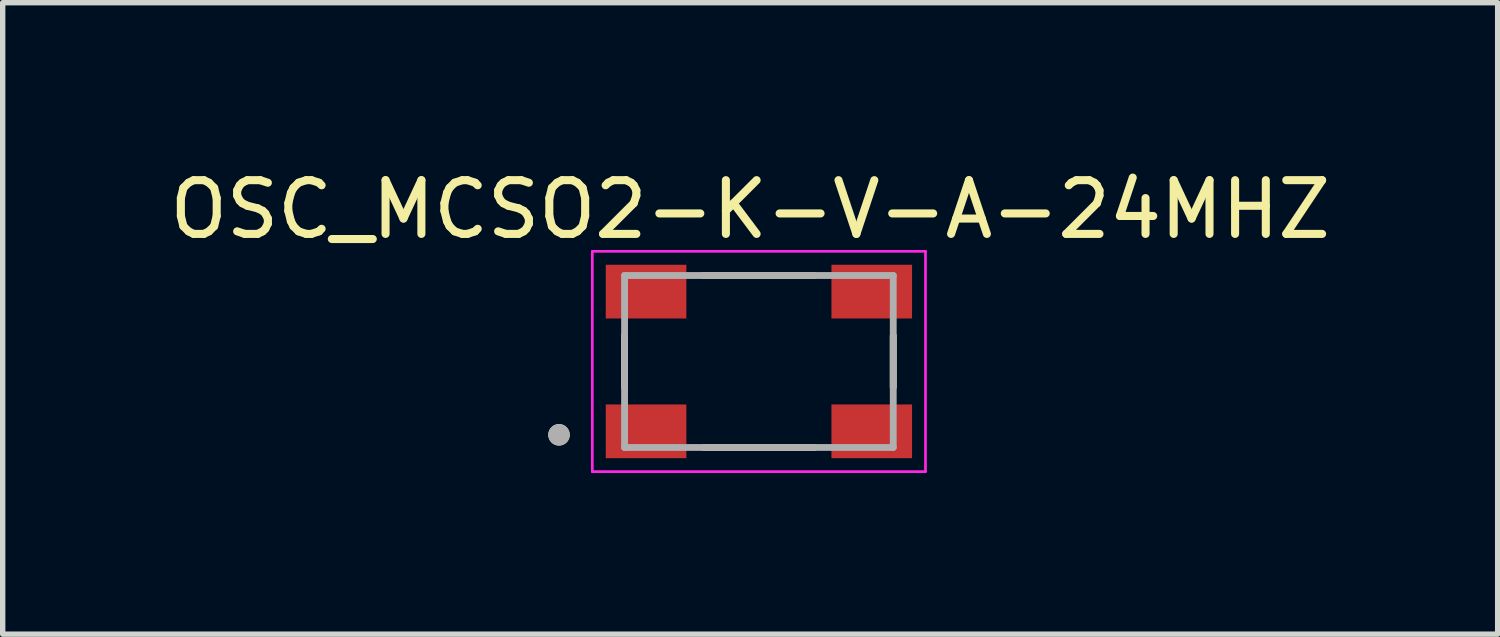
<source format=kicad_pcb>
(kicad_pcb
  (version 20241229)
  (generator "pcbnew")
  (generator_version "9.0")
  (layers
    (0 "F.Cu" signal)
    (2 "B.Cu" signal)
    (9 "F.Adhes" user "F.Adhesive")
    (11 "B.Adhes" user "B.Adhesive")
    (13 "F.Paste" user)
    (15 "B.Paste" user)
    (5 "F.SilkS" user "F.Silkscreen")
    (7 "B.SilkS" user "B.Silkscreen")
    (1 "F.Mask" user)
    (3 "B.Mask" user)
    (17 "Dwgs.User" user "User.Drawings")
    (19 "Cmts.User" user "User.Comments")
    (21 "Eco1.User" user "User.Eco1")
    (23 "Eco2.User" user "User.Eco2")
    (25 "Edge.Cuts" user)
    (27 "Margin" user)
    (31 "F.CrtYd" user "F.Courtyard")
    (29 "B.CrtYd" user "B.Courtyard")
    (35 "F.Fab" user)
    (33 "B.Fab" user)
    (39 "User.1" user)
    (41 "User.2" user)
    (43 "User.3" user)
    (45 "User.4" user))
  (footprint "OSC_MCSO2-K-V-A-24MHZ"
    (layer "F.Cu")
    (at 11.073 3.677)
    (property "Reference" "OSC_MCSO2-K-V-A-24MHZ" (at -0.162 -2.829 0) (layer "F.SilkS") (effects (font (size 1 1) (thickness 0.15))))
    (attr smd)
    (fp_line (start -2.5 -0.48) (end -2.5 0.48) (stroke (width 0.127) (type solid)) (layer "F.SilkS"))
    (fp_line (start -1.03 -1.6) (end 1.03 -1.6) (stroke (width 0.127) (type solid)) (layer "F.SilkS"))
    (fp_line (start -1.03 1.6) (end 1.03 1.6) (stroke (width 0.127) (type solid)) (layer "F.SilkS"))
    (fp_line (start 2.5 -0.48) (end 2.5 0.48) (stroke (width 0.127) (type solid)) (layer "F.SilkS"))
    (fp_circle (center -3.72 1.365) (end -3.62 1.365) (stroke (width 0.2) (type solid)) (fill no) (layer "F.SilkS"))
    (fp_line (start -3.1 -2.05) (end -3.1 2.05) (stroke (width 0.05) (type solid)) (layer "F.CrtYd"))
    (fp_line (start -3.1 2.05) (end 3.1 2.05) (stroke (width 0.05) (type solid)) (layer "F.CrtYd"))
    (fp_line (start 3.1 -2.05) (end -3.1 -2.05) (stroke (width 0.05) (type solid)) (layer "F.CrtYd"))
    (fp_line (start 3.1 2.05) (end 3.1 -2.05) (stroke (width 0.05) (type solid)) (layer "F.CrtYd"))
    (fp_line (start -2.5 -1.6) (end 2.5 -1.6) (stroke (width 0.127) (type solid)) (layer "F.Fab"))
    (fp_line (start -2.5 1.6) (end -2.5 -1.6) (stroke (width 0.127) (type solid)) (layer "F.Fab"))
    (fp_line (start 2.5 -1.6) (end 2.5 1.6) (stroke (width 0.127) (type solid)) (layer "F.Fab"))
    (fp_line (start 2.5 1.6) (end -2.5 1.6) (stroke (width 0.127) (type solid)) (layer "F.Fab"))
    (fp_circle (center -3.72 1.365) (end -3.62 1.365) (stroke (width 0.2) (type solid)) (fill no) (layer "F.Fab"))
    (pad "1" smd rect (at -2.1 1.3) (size 1.5 1) (layers "F.Cu" "F.Mask" "F.Paste"))
    (pad "2" smd rect (at 2.1 1.3) (size 1.5 1) (layers "F.Cu" "F.Mask" "F.Paste"))
    (pad "3" smd rect (at 2.1 -1.3) (size 1.5 1) (layers "F.Cu" "F.Mask" "F.Paste"))
    (pad "4" smd rect (at -2.1 -1.3) (size 1.5 1) (layers "F.Cu" "F.Mask" "F.Paste")))
  (gr_rect
    (start -3 -3)
    (end 24.821 8.752)
    (stroke (width 0.1) (type default))
    (fill no)
    (layer "Edge.Cuts")))
</source>
